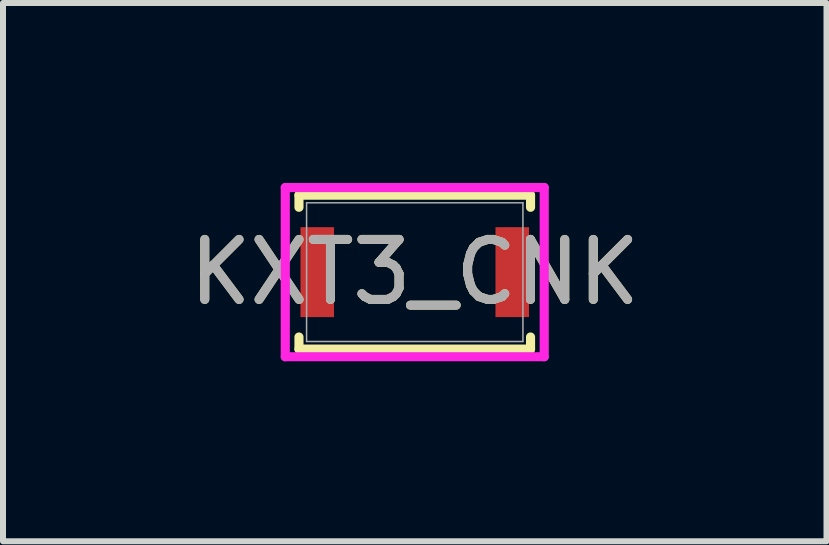
<source format=kicad_pcb>
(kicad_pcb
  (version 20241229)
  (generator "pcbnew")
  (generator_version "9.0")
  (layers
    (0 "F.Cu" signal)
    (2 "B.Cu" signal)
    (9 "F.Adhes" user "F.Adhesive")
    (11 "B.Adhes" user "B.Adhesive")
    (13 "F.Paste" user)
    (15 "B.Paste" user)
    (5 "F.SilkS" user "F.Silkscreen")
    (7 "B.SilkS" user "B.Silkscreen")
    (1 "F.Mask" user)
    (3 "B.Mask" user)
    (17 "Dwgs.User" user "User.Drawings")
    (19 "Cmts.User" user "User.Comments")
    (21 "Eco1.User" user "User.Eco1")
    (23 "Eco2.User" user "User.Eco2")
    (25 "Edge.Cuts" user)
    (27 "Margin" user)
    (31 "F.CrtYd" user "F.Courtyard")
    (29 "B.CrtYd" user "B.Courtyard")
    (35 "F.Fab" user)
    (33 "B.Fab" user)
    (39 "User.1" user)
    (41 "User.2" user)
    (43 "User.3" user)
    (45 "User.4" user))
  (footprint "KXT3_CNK"
    (layer "F.Cu")
    (at 3.863 1.486)
    (property "Reference" "KXT3_CNK" (at 0 0 0) (unlocked yes) (layer "F.SilkS") (effects (font (size 1 1) (thickness 0.15))))
    (attr smd)
    (fp_line (start -1.93 -1.283) (end -1.93 -1.081) (stroke (width 0.152) (type solid)) (layer "F.SilkS"))
    (fp_line (start -1.93 1.081) (end -1.93 1.283) (stroke (width 0.152) (type solid)) (layer "F.SilkS"))
    (fp_line (start -1.93 1.283) (end 1.93 1.283) (stroke (width 0.152) (type solid)) (layer "F.SilkS"))
    (fp_line (start 1.93 -1.283) (end -1.93 -1.283) (stroke (width 0.152) (type solid)) (layer "F.SilkS"))
    (fp_line (start 1.93 -1.081) (end 1.93 -1.283) (stroke (width 0.152) (type solid)) (layer "F.SilkS"))
    (fp_line (start 1.93 1.283) (end 1.93 1.081) (stroke (width 0.152) (type solid)) (layer "F.SilkS"))
    (fp_line (start -2.158 -1.41) (end -2.158 1.41) (stroke (width 0.152) (type solid)) (layer "F.CrtYd"))
    (fp_line (start -2.158 1.41) (end 2.158 1.41) (stroke (width 0.152) (type solid)) (layer "F.CrtYd"))
    (fp_line (start 2.158 -1.41) (end -2.158 -1.41) (stroke (width 0.152) (type solid)) (layer "F.CrtYd"))
    (fp_line (start 2.158 1.41) (end 2.158 -1.41) (stroke (width 0.152) (type solid)) (layer "F.CrtYd"))
    (fp_line (start -1.803 -1.156) (end -1.803 1.156) (stroke (width 0.025) (type solid)) (layer "F.Fab"))
    (fp_line (start -1.803 1.156) (end 1.803 1.156) (stroke (width 0.025) (type solid)) (layer "F.Fab"))
    (fp_line (start 1.803 -1.156) (end -1.803 -1.156) (stroke (width 0.025) (type solid)) (layer "F.Fab"))
    (fp_line (start 1.803 1.156) (end 1.803 -1.156) (stroke (width 0.025) (type solid)) (layer "F.Fab"))
    (fp_text user "${REFERENCE}" (at 0 0 0) (unlocked yes) (layer "F.Fab") (effects (font (size 1 1) (thickness 0.15))))
    (pad "1" smd rect (at -1.625 0) (size 0.559 1.499) (layers "F.Cu" "F.Mask" "F.Paste"))
    (pad "2" smd rect (at 1.625 0) (size 0.559 1.499) (layers "F.Cu" "F.Mask" "F.Paste")))
  (gr_rect
    (start -3 -3)
    (end 10.726 5.972)
    (stroke (width 0.1) (type default))
    (fill no)
    (layer "Edge.Cuts")))
</source>
